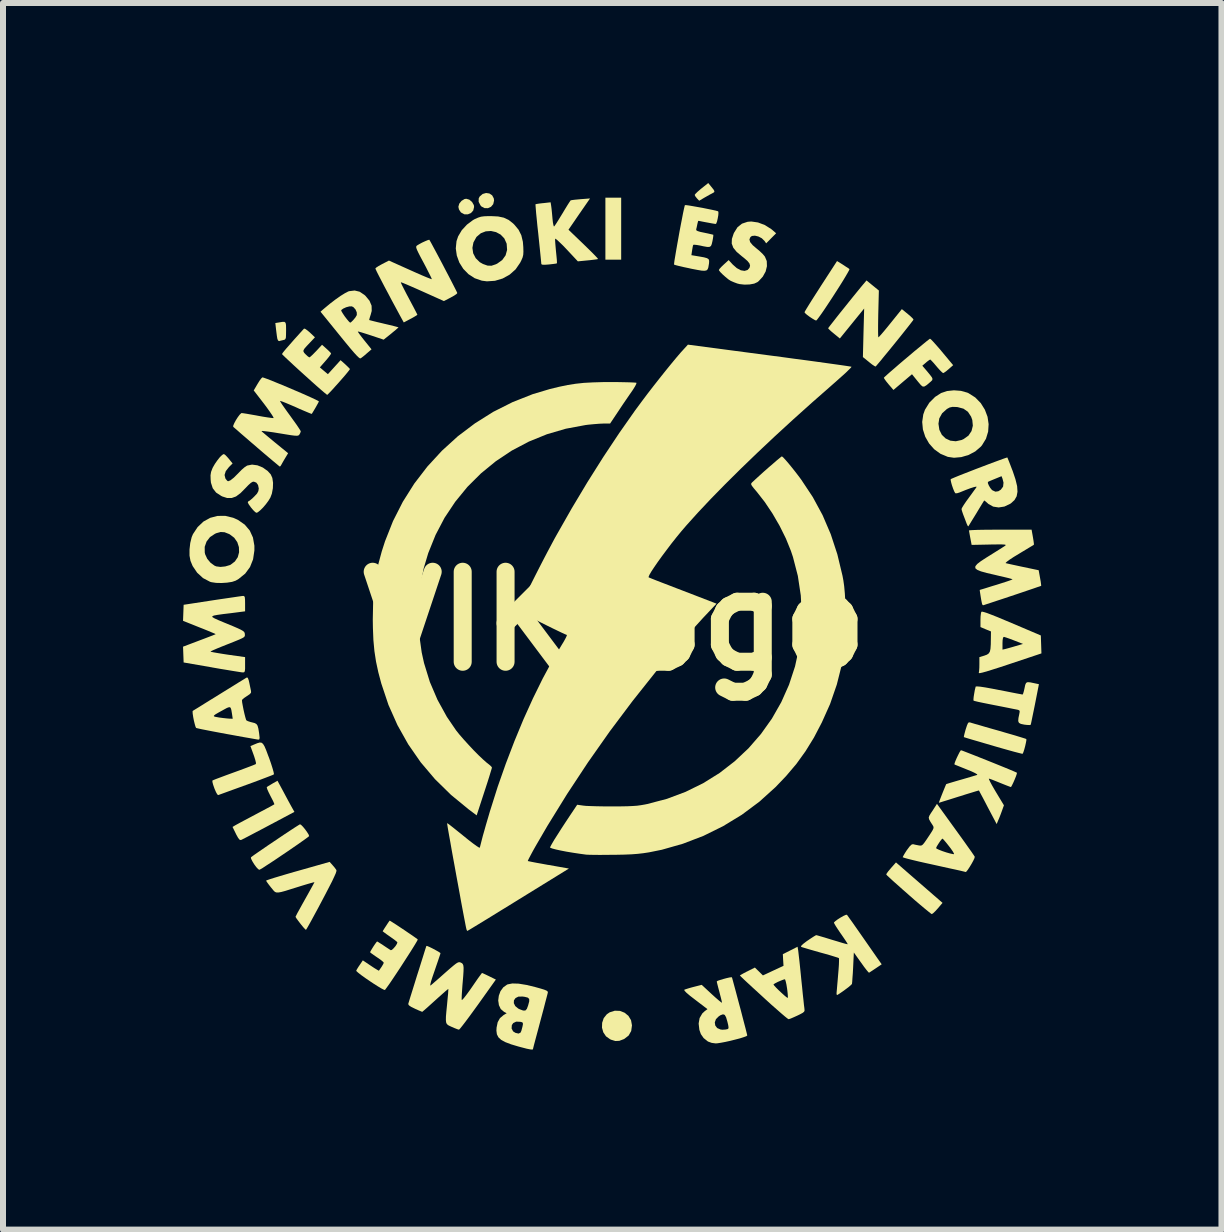
<source format=kicad_pcb>
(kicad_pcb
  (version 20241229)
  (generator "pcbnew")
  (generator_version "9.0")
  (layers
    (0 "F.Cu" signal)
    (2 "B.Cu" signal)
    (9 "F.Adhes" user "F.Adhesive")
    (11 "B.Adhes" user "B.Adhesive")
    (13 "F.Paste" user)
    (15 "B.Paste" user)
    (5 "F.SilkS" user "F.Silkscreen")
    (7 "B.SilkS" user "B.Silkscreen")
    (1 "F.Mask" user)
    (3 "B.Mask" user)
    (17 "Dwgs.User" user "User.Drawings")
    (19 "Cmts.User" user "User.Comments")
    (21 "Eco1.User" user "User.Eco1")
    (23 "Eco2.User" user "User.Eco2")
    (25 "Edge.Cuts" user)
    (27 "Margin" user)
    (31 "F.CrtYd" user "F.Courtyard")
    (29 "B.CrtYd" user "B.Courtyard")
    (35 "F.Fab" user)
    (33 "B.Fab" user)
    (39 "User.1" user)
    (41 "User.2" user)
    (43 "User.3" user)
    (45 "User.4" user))
  (footprint "VIKlogo"
    (layer "F.Cu")
    (at 7.196 7.299)
    (property "Reference" "VIKlogo" (at 0 0 0) (layer "F.SilkS") (effects (font (size 1.5 1.5) (thickness 0.3))))
    (attr board_only exclude_from_pos_files exclude_from_bom)
    (fp_poly (pts (xy 0.105 -6.538) (xy 0.105 -6.022) (xy -0.026 -6.022) (xy -0.158 -6.022) (xy -0.158 -6.538) (xy -0.158 -7.055) (xy -0.026 -7.055) (xy 0.105 -7.055)) (stroke (width 0) (type solid)) (fill yes) (layer "F.SilkS"))
    (fp_poly (pts (xy -2.091 -7.125) (xy -2.045 -7.094) (xy -2.018 -7.044) (xy -2.013 -7.008) (xy -2.027 -6.947) (xy -2.064 -6.903) (xy -2.115 -6.88) (xy -2.171 -6.881) (xy -2.223 -6.908) (xy -2.239 -6.926) (xy -2.27 -6.986) (xy -2.269 -7.043) (xy -2.253 -7.074) (xy -2.203 -7.117) (xy -2.146 -7.133)) (stroke (width 0) (type solid)) (fill yes) (layer "F.SilkS"))
    (fp_poly (pts (xy -2.425 -7.022) (xy -2.379 -6.982) (xy -2.35 -6.931) (xy -2.346 -6.901) (xy -2.36 -6.842) (xy -2.398 -6.799) (xy -2.451 -6.777) (xy -2.508 -6.778) (xy -2.562 -6.807) (xy -2.57 -6.815) (xy -2.598 -6.859) (xy -2.608 -6.903) (xy -2.593 -6.956) (xy -2.555 -7.002) (xy -2.506 -7.032) (xy -2.477 -7.037)) (stroke (width 0) (type solid)) (fill yes) (layer "F.SilkS"))
    (fp_poly (pts (xy 1.609 -7.234) (xy 1.645 -7.189) (xy 1.659 -7.162) (xy 1.653 -7.145) (xy 1.627 -7.13) (xy 1.624 -7.128) (xy 1.587 -7.109) (xy 1.534 -7.079) (xy 1.495 -7.057) (xy 1.405 -7.004) (xy 1.368 -7.043) (xy 1.341 -7.077) (xy 1.33 -7.101) (xy 1.343 -7.119) (xy 1.377 -7.153) (xy 1.426 -7.195) (xy 1.443 -7.209) (xy 1.556 -7.299)) (stroke (width 0) (type solid)) (fill yes) (layer "F.SilkS"))
    (fp_poly (pts (xy -5.505 -4.985) (xy -5.487 -4.969) (xy -5.48 -4.933) (xy -5.479 -4.869) (xy -5.479 -4.841) (xy -5.48 -4.768) (xy -5.482 -4.724) (xy -5.49 -4.7) (xy -5.504 -4.688) (xy -5.527 -4.682) (xy -5.527 -4.682) (xy -5.57 -4.672) (xy -5.595 -4.665) (xy -5.613 -4.675) (xy -5.625 -4.706) (xy -5.632 -4.749) (xy -5.64 -4.811) (xy -5.646 -4.859) (xy -5.658 -4.966) (xy -5.59 -4.977) (xy -5.537 -4.986)) (stroke (width 0) (type solid)) (fill yes) (layer "F.SilkS"))
    (fp_poly (pts (xy 0.084 6.496) (xy 0.161 6.526) (xy 0.225 6.578) (xy 0.269 6.65) (xy 0.285 6.737) (xy 0.285 6.737) (xy 0.272 6.831) (xy 0.229 6.907) (xy 0.158 6.962) (xy 0.148 6.967) (xy 0.074 6.995) (xy 0.008 6.998) (xy -0.064 6.976) (xy -0.079 6.969) (xy -0.148 6.92) (xy -0.193 6.853) (xy -0.215 6.775) (xy -0.212 6.694) (xy -0.186 6.617) (xy -0.135 6.553) (xy -0.087 6.52) (xy -0.001 6.493)) (stroke (width 0) (type solid)) (fill yes) (layer "F.SilkS"))
    (fp_poly (pts (xy 5.072 4.359) (xy 5.46 4.696) (xy 5.38 4.79) (xy 5.338 4.836) (xy 5.302 4.87) (xy 5.281 4.883) (xy 5.28 4.883) (xy 5.262 4.871) (xy 5.222 4.839) (xy 5.162 4.79) (xy 5.087 4.727) (xy 5 4.653) (xy 4.904 4.569) (xy 4.893 4.559) (xy 4.797 4.475) (xy 4.711 4.398) (xy 4.636 4.332) (xy 4.578 4.278) (xy 4.539 4.242) (xy 4.522 4.224) (xy 4.522 4.224) (xy 4.53 4.205) (xy 4.557 4.168) (xy 4.597 4.121) (xy 4.601 4.116) (xy 4.684 4.022)) (stroke (width 0) (type solid)) (fill yes) (layer "F.SilkS"))
    (fp_poly (pts (xy 3.799 -5.939) (xy 3.85 -5.905) (xy 3.891 -5.879) (xy 3.909 -5.865) (xy 3.904 -5.848) (xy 3.881 -5.806) (xy 3.845 -5.744) (xy 3.798 -5.666) (xy 3.743 -5.578) (xy 3.682 -5.483) (xy 3.619 -5.385) (xy 3.557 -5.291) (xy 3.498 -5.202) (xy 3.446 -5.126) (xy 3.402 -5.065) (xy 3.371 -5.024) (xy 3.355 -5.008) (xy 3.354 -5.007) (xy 3.33 -5.017) (xy 3.288 -5.042) (xy 3.247 -5.069) (xy 3.201 -5.103) (xy 3.169 -5.132) (xy 3.16 -5.146) (xy 3.169 -5.164) (xy 3.195 -5.208) (xy 3.235 -5.273) (xy 3.287 -5.356) (xy 3.349 -5.453) (xy 3.418 -5.56) (xy 3.431 -5.581) (xy 3.702 -5.999)) (stroke (width 0) (type solid)) (fill yes) (layer "F.SilkS"))
    (fp_poly (pts (xy -5.229 3.396) (xy -5.198 3.427) (xy -5.163 3.469) (xy -5.13 3.515) (xy -5.104 3.556) (xy -5.095 3.582) (xy -5.095 3.583) (xy -5.109 3.596) (xy -5.148 3.625) (xy -5.207 3.667) (xy -5.282 3.72) (xy -5.368 3.779) (xy -5.461 3.843) (xy -5.556 3.907) (xy -5.649 3.97) (xy -5.735 4.027) (xy -5.811 4.076) (xy -5.87 4.115) (xy -5.91 4.138) (xy -5.924 4.145) (xy -5.944 4.134) (xy -5.975 4.101) (xy -6.011 4.052) (xy -6.042 4.001) (xy -6.062 3.96) (xy -6.065 3.938) (xy -6.049 3.925) (xy -6.008 3.895) (xy -5.946 3.852) (xy -5.87 3.8) (xy -5.783 3.74) (xy -5.689 3.677) (xy -5.594 3.613) (xy -5.502 3.551) (xy -5.417 3.495) (xy -5.344 3.447) (xy -5.289 3.412) (xy -5.255 3.391) (xy -5.247 3.387)) (stroke (width 0) (type solid)) (fill yes) (layer "F.SilkS"))
    (fp_poly (pts (xy 5.916 1.689) (xy 5.917 1.689) (xy 5.943 1.697) (xy 5.997 1.713) (xy 6.075 1.735) (xy 6.173 1.764) (xy 6.285 1.796) (xy 6.399 1.828) (xy 6.518 1.863) (xy 6.626 1.894) (xy 6.719 1.922) (xy 6.791 1.944) (xy 6.838 1.959) (xy 6.856 1.966) (xy 6.857 1.987) (xy 6.849 2.03) (xy 6.837 2.084) (xy 6.822 2.14) (xy 6.807 2.186) (xy 6.795 2.211) (xy 6.794 2.212) (xy 6.775 2.209) (xy 6.727 2.197) (xy 6.654 2.178) (xy 6.56 2.152) (xy 6.45 2.121) (xy 6.328 2.086) (xy 6.302 2.078) (xy 6.178 2.042) (xy 6.066 2.009) (xy 5.969 1.981) (xy 5.892 1.958) (xy 5.84 1.942) (xy 5.816 1.934) (xy 5.815 1.934) (xy 5.817 1.916) (xy 5.827 1.873) (xy 5.843 1.814) (xy 5.846 1.804) (xy 5.867 1.74) (xy 5.883 1.703) (xy 5.898 1.688)) (stroke (width 0) (type solid)) (fill yes) (layer "F.SilkS"))
    (fp_poly (pts (xy -5.53 2.831) (xy -5.487 2.912) (xy -5.444 2.992) (xy -5.407 3.06) (xy -5.39 3.091) (xy -5.34 3.18) (xy -5.773 3.41) (xy -5.886 3.47) (xy -5.991 3.525) (xy -6.082 3.573) (xy -6.155 3.611) (xy -6.206 3.637) (xy -6.231 3.649) (xy -6.232 3.649) (xy -6.252 3.645) (xy -6.277 3.615) (xy -6.31 3.556) (xy -6.315 3.545) (xy -6.371 3.431) (xy -6.332 3.407) (xy -6.305 3.392) (xy -6.252 3.363) (xy -6.179 3.324) (xy -6.092 3.278) (xy -5.996 3.227) (xy -5.987 3.222) (xy -5.893 3.172) (xy -5.81 3.128) (xy -5.742 3.092) (xy -5.696 3.066) (xy -5.675 3.054) (xy -5.674 3.054) (xy -5.679 3.037) (xy -5.697 2.996) (xy -5.726 2.94) (xy -5.74 2.913) (xy -5.771 2.851) (xy -5.793 2.801) (xy -5.801 2.771) (xy -5.799 2.766) (xy -5.777 2.751) (xy -5.735 2.726) (xy -5.704 2.707) (xy -5.622 2.661)) (stroke (width 0) (type solid)) (fill yes) (layer "F.SilkS"))
    (fp_poly (pts (xy -5.888 2.027) (xy -5.863 2.047) (xy -5.838 2.088) (xy -5.81 2.154) (xy -5.775 2.248) (xy -5.762 2.281) (xy -5.73 2.373) (xy -5.705 2.452) (xy -5.688 2.512) (xy -5.681 2.548) (xy -5.683 2.555) (xy -5.703 2.565) (xy -5.751 2.584) (xy -5.824 2.612) (xy -5.916 2.647) (xy -6.023 2.687) (xy -6.141 2.73) (xy -6.144 2.731) (xy -6.263 2.774) (xy -6.371 2.813) (xy -6.464 2.847) (xy -6.538 2.874) (xy -6.588 2.892) (xy -6.61 2.9) (xy -6.61 2.9) (xy -6.625 2.889) (xy -6.646 2.852) (xy -6.67 2.797) (xy -6.673 2.789) (xy -6.694 2.729) (xy -6.706 2.683) (xy -6.707 2.659) (xy -6.707 2.658) (xy -6.688 2.649) (xy -6.641 2.63) (xy -6.571 2.604) (xy -6.483 2.571) (xy -6.382 2.534) (xy -6.346 2.521) (xy -6.241 2.483) (xy -6.148 2.448) (xy -6.071 2.419) (xy -6.015 2.397) (xy -5.985 2.384) (xy -5.982 2.382) (xy -5.981 2.361) (xy -5.992 2.315) (xy -6.011 2.254) (xy -6.021 2.226) (xy -6.073 2.083) (xy -6.008 2.056) (xy -5.957 2.035) (xy -5.918 2.024)) (stroke (width 0) (type solid)) (fill yes) (layer "F.SilkS"))
    (fp_poly (pts (xy 6.15 -0.15) (xy 6.201 -0.134) (xy 6.274 -0.106) (xy 6.373 -0.067) (xy 6.499 -0.014) (xy 6.609 0.032) (xy 7.098 0.24) (xy 7.103 0.389) (xy 7.108 0.539) (xy 6.581 0.715) (xy 6.421 0.768) (xy 6.292 0.809) (xy 6.193 0.84) (xy 6.123 0.859) (xy 6.08 0.868) (xy 6.064 0.866) (xy 6.064 0.864) (xy 6.069 0.834) (xy 6.073 0.78) (xy 6.074 0.719) (xy 6.074 0.601) (xy 6.157 0.576) (xy 6.2 0.56) (xy 6.23 0.539) (xy 6.249 0.508) (xy 6.256 0.476) (xy 6.459 0.476) (xy 6.508 0.465) (xy 6.549 0.454) (xy 6.61 0.437) (xy 6.678 0.417) (xy 6.678 0.417) (xy 6.801 0.381) (xy 6.652 0.323) (xy 6.584 0.297) (xy 6.527 0.277) (xy 6.489 0.265) (xy 6.481 0.264) (xy 6.468 0.277) (xy 6.461 0.32) (xy 6.459 0.37) (xy 6.459 0.476) (xy 6.256 0.476) (xy 6.259 0.46) (xy 6.264 0.387) (xy 6.265 0.318) (xy 6.267 0.173) (xy 6.179 0.137) (xy 6.092 0.1) (xy 6.092 -0.015) (xy 6.094 -0.078) (xy 6.1 -0.128) (xy 6.106 -0.153) (xy 6.119 -0.157)) (stroke (width 0) (type solid)) (fill yes) (layer "F.SilkS"))
    (fp_poly (pts (xy 5.267 -4.694) (xy 5.3 -4.66) (xy 5.347 -4.608) (xy 5.405 -4.542) (xy 5.451 -4.487) (xy 5.637 -4.264) (xy 5.562 -4.198) (xy 5.519 -4.162) (xy 5.484 -4.138) (xy 5.47 -4.132) (xy 5.452 -4.145) (xy 5.418 -4.178) (xy 5.375 -4.226) (xy 5.359 -4.245) (xy 5.315 -4.297) (xy 5.279 -4.336) (xy 5.257 -4.357) (xy 5.254 -4.358) (xy 5.235 -4.347) (xy 5.2 -4.321) (xy 5.183 -4.306) (xy 5.123 -4.255) (xy 5.202 -4.163) (xy 5.252 -4.102) (xy 5.282 -4.062) (xy 5.293 -4.035) (xy 5.287 -4.013) (xy 5.265 -3.991) (xy 5.25 -3.978) (xy 5.196 -3.932) (xy 5.159 -3.909) (xy 5.131 -3.907) (xy 5.101 -3.93) (xy 5.061 -3.977) (xy 5.042 -4) (xy 4.951 -4.113) (xy 4.796 -3.982) (xy 4.642 -3.851) (xy 4.561 -3.945) (xy 4.522 -3.993) (xy 4.493 -4.033) (xy 4.482 -4.054) (xy 4.482 -4.054) (xy 4.495 -4.068) (xy 4.531 -4.101) (xy 4.585 -4.149) (xy 4.655 -4.209) (xy 4.734 -4.278) (xy 4.82 -4.351) (xy 4.908 -4.425) (xy 4.994 -4.498) (xy 5.075 -4.564) (xy 5.145 -4.622) (xy 5.2 -4.667) (xy 5.238 -4.696) (xy 5.251 -4.705)) (stroke (width 0) (type solid)) (fill yes) (layer "F.SilkS"))
    (fp_poly (pts (xy 5.766 -3.836) (xy 5.871 -3.807) (xy 5.89 -3.799) (xy 6.005 -3.726) (xy 6.097 -3.632) (xy 6.165 -3.523) (xy 6.21 -3.404) (xy 6.228 -3.281) (xy 6.22 -3.157) (xy 6.184 -3.038) (xy 6.118 -2.93) (xy 6.099 -2.907) (xy 6.006 -2.827) (xy 5.895 -2.768) (xy 5.773 -2.732) (xy 5.651 -2.721) (xy 5.548 -2.736) (xy 5.426 -2.787) (xy 5.321 -2.863) (xy 5.236 -2.959) (xy 5.172 -3.071) (xy 5.133 -3.192) (xy 5.124 -3.288) (xy 5.392 -3.288) (xy 5.407 -3.187) (xy 5.448 -3.104) (xy 5.511 -3.043) (xy 5.59 -3.006) (xy 5.681 -2.996) (xy 5.777 -3.017) (xy 5.812 -3.033) (xy 5.892 -3.09) (xy 5.943 -3.166) (xy 5.965 -3.255) (xy 5.956 -3.35) (xy 5.936 -3.406) (xy 5.883 -3.487) (xy 5.809 -3.539) (xy 5.712 -3.565) (xy 5.69 -3.567) (xy 5.626 -3.569) (xy 5.579 -3.559) (xy 5.535 -3.535) (xy 5.532 -3.533) (xy 5.453 -3.462) (xy 5.406 -3.378) (xy 5.392 -3.288) (xy 5.124 -3.288) (xy 5.121 -3.318) (xy 5.139 -3.443) (xy 5.167 -3.521) (xy 5.24 -3.639) (xy 5.337 -3.736) (xy 5.437 -3.8) (xy 5.536 -3.833) (xy 5.65 -3.845)) (stroke (width 0) (type solid)) (fill yes) (layer "F.SilkS"))
    (fp_poly (pts (xy 6.924 1.022) (xy 6.981 1.034) (xy 7.066 1.052) (xy 7.001 1.384) (xy 6.98 1.487) (xy 6.961 1.579) (xy 6.946 1.653) (xy 6.935 1.705) (xy 6.929 1.728) (xy 6.929 1.729) (xy 6.91 1.733) (xy 6.867 1.731) (xy 6.823 1.726) (xy 6.766 1.714) (xy 6.734 1.697) (xy 6.721 1.667) (xy 6.725 1.616) (xy 6.738 1.553) (xy 6.746 1.51) (xy 6.74 1.489) (xy 6.717 1.479) (xy 6.716 1.479) (xy 6.688 1.473) (xy 6.631 1.462) (xy 6.552 1.446) (xy 6.456 1.427) (xy 6.349 1.406) (xy 6.333 1.403) (xy 6.227 1.382) (xy 6.133 1.363) (xy 6.057 1.347) (xy 6.003 1.334) (xy 5.978 1.327) (xy 5.977 1.326) (xy 5.975 1.306) (xy 5.979 1.262) (xy 5.988 1.206) (xy 5.998 1.149) (xy 6.01 1.101) (xy 6.012 1.092) (xy 6.032 1.089) (xy 6.086 1.093) (xy 6.173 1.106) (xy 6.294 1.128) (xy 6.401 1.149) (xy 6.512 1.17) (xy 6.612 1.19) (xy 6.694 1.206) (xy 6.755 1.217) (xy 6.789 1.224) (xy 6.794 1.225) (xy 6.803 1.209) (xy 6.815 1.169) (xy 6.826 1.12) (xy 6.838 1.063) (xy 6.853 1.03) (xy 6.879 1.018)) (stroke (width 0) (type solid)) (fill yes) (layer "F.SilkS"))
    (fp_poly (pts (xy -6.36 -1.721) (xy -6.278 -1.684) (xy -6.167 -1.606) (xy -6.084 -1.508) (xy -6.031 -1.392) (xy -6.007 -1.256) (xy -6.007 -1.176) (xy -6.029 -1.028) (xy -6.08 -0.9) (xy -6.16 -0.791) (xy -6.268 -0.703) (xy -6.319 -0.673) (xy -6.379 -0.653) (xy -6.462 -0.64) (xy -6.554 -0.634) (xy -6.644 -0.636) (xy -6.719 -0.647) (xy -6.745 -0.654) (xy -6.863 -0.716) (xy -6.961 -0.806) (xy -7.036 -0.917) (xy -7.072 -1.004) (xy -7.088 -1.09) (xy -7.088 -1.193) (xy -7.083 -1.237) (xy -6.835 -1.237) (xy -6.834 -1.142) (xy -6.828 -1.114) (xy -6.793 -1.038) (xy -6.737 -0.971) (xy -6.671 -0.923) (xy -6.642 -0.911) (xy -6.573 -0.902) (xy -6.493 -0.91) (xy -6.418 -0.932) (xy -6.404 -0.938) (xy -6.332 -0.993) (xy -6.284 -1.064) (xy -6.262 -1.146) (xy -6.265 -1.232) (xy -6.292 -1.315) (xy -6.343 -1.388) (xy -6.418 -1.445) (xy -6.43 -1.451) (xy -6.504 -1.48) (xy -6.569 -1.484) (xy -6.639 -1.465) (xy -6.662 -1.455) (xy -6.746 -1.4) (xy -6.804 -1.325) (xy -6.835 -1.237) (xy -7.083 -1.237) (xy -7.076 -1.3) (xy -7.052 -1.398) (xy -7.031 -1.448) (xy -6.953 -1.566) (xy -6.856 -1.658) (xy -6.744 -1.72) (xy -6.621 -1.752) (xy -6.492 -1.753)) (stroke (width 0) (type solid)) (fill yes) (layer "F.SilkS"))
    (fp_poly (pts (xy 4.296 -5.592) (xy 4.399 -5.508) (xy 4.389 -5.117) (xy 4.387 -5.005) (xy 4.386 -4.905) (xy 4.386 -4.822) (xy 4.387 -4.763) (xy 4.39 -4.731) (xy 4.391 -4.727) (xy 4.405 -4.74) (xy 4.438 -4.776) (xy 4.484 -4.83) (xy 4.541 -4.899) (xy 4.592 -4.962) (xy 4.782 -5.198) (xy 4.881 -5.117) (xy 4.929 -5.076) (xy 4.963 -5.043) (xy 4.976 -5.023) (xy 4.976 -5.022) (xy 4.964 -5.005) (xy 4.934 -4.966) (xy 4.888 -4.907) (xy 4.831 -4.835) (xy 4.765 -4.752) (xy 4.694 -4.664) (xy 4.621 -4.574) (xy 4.55 -4.487) (xy 4.484 -4.407) (xy 4.428 -4.338) (xy 4.383 -4.285) (xy 4.354 -4.251) (xy 4.344 -4.241) (xy 4.326 -4.249) (xy 4.288 -4.274) (xy 4.24 -4.312) (xy 4.233 -4.318) (xy 4.133 -4.399) (xy 4.143 -4.803) (xy 4.154 -5.208) (xy 3.951 -4.958) (xy 3.749 -4.709) (xy 3.651 -4.789) (xy 3.603 -4.829) (xy 3.569 -4.861) (xy 3.554 -4.878) (xy 3.554 -4.879) (xy 3.564 -4.894) (xy 3.593 -4.932) (xy 3.638 -4.989) (xy 3.694 -5.061) (xy 3.759 -5.143) (xy 3.83 -5.231) (xy 3.902 -5.321) (xy 3.972 -5.408) (xy 4.038 -5.489) (xy 4.095 -5.559) (xy 4.141 -5.614) (xy 4.144 -5.617) (xy 4.193 -5.676)) (stroke (width 0) (type solid)) (fill yes) (layer "F.SilkS"))
    (fp_poly (pts (xy -4.704 4.068) (xy -4.669 4.109) (xy -4.644 4.144) (xy -4.64 4.15) (xy -4.64 4.167) (xy -4.651 4.203) (xy -4.676 4.259) (xy -4.713 4.338) (xy -4.766 4.441) (xy -4.834 4.572) (xy -4.881 4.661) (xy -4.944 4.78) (xy -5.003 4.889) (xy -5.054 4.983) (xy -5.096 5.059) (xy -5.127 5.113) (xy -5.145 5.142) (xy -5.148 5.146) (xy -5.163 5.133) (xy -5.194 5.1) (xy -5.233 5.052) (xy -5.24 5.043) (xy -5.279 4.992) (xy -5.308 4.952) (xy -5.321 4.93) (xy -5.322 4.929) (xy -5.313 4.911) (xy -5.291 4.867) (xy -5.256 4.804) (xy -5.212 4.724) (xy -5.164 4.638) (xy -5.114 4.549) (xy -5.071 4.471) (xy -5.036 4.408) (xy -5.014 4.367) (xy -5.006 4.351) (xy -5.022 4.354) (xy -5.066 4.366) (xy -5.132 4.385) (xy -5.215 4.41) (xy -5.282 4.431) (xy -5.401 4.468) (xy -5.49 4.496) (xy -5.556 4.514) (xy -5.604 4.523) (xy -5.638 4.523) (xy -5.663 4.514) (xy -5.684 4.495) (xy -5.707 4.467) (xy -5.731 4.438) (xy -5.77 4.388) (xy -5.799 4.348) (xy -5.812 4.326) (xy -5.812 4.325) (xy -5.796 4.318) (xy -5.75 4.302) (xy -5.678 4.279) (xy -5.585 4.251) (xy -5.474 4.218) (xy -5.35 4.182) (xy -5.282 4.163) (xy -4.753 4.013)) (stroke (width 0) (type solid)) (fill yes) (layer "F.SilkS"))
    (fp_poly (pts (xy -1.946 -6.742) (xy -1.851 -6.722) (xy -1.77 -6.684) (xy -1.695 -6.625) (xy -1.675 -6.605) (xy -1.605 -6.521) (xy -1.559 -6.429) (xy -1.533 -6.32) (xy -1.526 -6.232) (xy -1.524 -6.156) (xy -1.527 -6.103) (xy -1.538 -6.058) (xy -1.559 -6.009) (xy -1.579 -5.97) (xy -1.654 -5.861) (xy -1.753 -5.773) (xy -1.87 -5.708) (xy -1.998 -5.67) (xy -2.132 -5.661) (xy -2.217 -5.672) (xy -2.336 -5.713) (xy -2.439 -5.78) (xy -2.526 -5.869) (xy -2.592 -5.974) (xy -2.634 -6.09) (xy -2.651 -6.21) (xy -2.65 -6.218) (xy -2.374 -6.218) (xy -2.361 -6.128) (xy -2.319 -6.047) (xy -2.251 -5.98) (xy -2.198 -5.95) (xy -2.122 -5.923) (xy -2.056 -5.921) (xy -1.984 -5.945) (xy -1.961 -5.956) (xy -1.877 -6.016) (xy -1.821 -6.094) (xy -1.796 -6.185) (xy -1.803 -6.285) (xy -1.805 -6.293) (xy -1.843 -6.377) (xy -1.904 -6.44) (xy -1.98 -6.481) (xy -2.065 -6.5) (xy -2.152 -6.494) (xy -2.234 -6.462) (xy -2.304 -6.403) (xy -2.309 -6.396) (xy -2.357 -6.309) (xy -2.374 -6.218) (xy -2.65 -6.218) (xy -2.639 -6.33) (xy -2.612 -6.41) (xy -2.551 -6.513) (xy -2.465 -6.606) (xy -2.365 -6.681) (xy -2.331 -6.7) (xy -2.278 -6.723) (xy -2.231 -6.738) (xy -2.177 -6.745) (xy -2.105 -6.748) (xy -2.066 -6.748)) (stroke (width 0) (type solid)) (fill yes) (layer "F.SilkS"))
    (fp_poly (pts (xy 2.385 -6.642) (xy 2.499 -6.599) (xy 2.605 -6.532) (xy 2.626 -6.515) (xy 2.687 -6.462) (xy 2.604 -6.378) (xy 2.521 -6.294) (xy 2.494 -6.333) (xy 2.449 -6.378) (xy 2.392 -6.408) (xy 2.334 -6.422) (xy 2.284 -6.417) (xy 2.259 -6.399) (xy 2.242 -6.36) (xy 2.254 -6.315) (xy 2.297 -6.263) (xy 2.354 -6.214) (xy 2.413 -6.165) (xy 2.465 -6.115) (xy 2.5 -6.073) (xy 2.5 -6.073) (xy 2.531 -5.999) (xy 2.534 -5.913) (xy 2.512 -5.824) (xy 2.465 -5.739) (xy 2.397 -5.665) (xy 2.376 -5.648) (xy 2.322 -5.623) (xy 2.246 -5.609) (xy 2.16 -5.606) (xy 2.078 -5.615) (xy 2.039 -5.625) (xy 1.983 -5.646) (xy 1.935 -5.667) (xy 1.927 -5.671) (xy 1.89 -5.695) (xy 1.844 -5.733) (xy 1.798 -5.774) (xy 1.759 -5.813) (xy 1.736 -5.842) (xy 1.733 -5.85) (xy 1.745 -5.87) (xy 1.777 -5.905) (xy 1.815 -5.941) (xy 1.896 -6.015) (xy 1.965 -5.94) (xy 2.032 -5.881) (xy 2.099 -5.845) (xy 2.161 -5.835) (xy 2.211 -5.85) (xy 2.242 -5.884) (xy 2.253 -5.921) (xy 2.243 -5.958) (xy 2.21 -6) (xy 2.15 -6.052) (xy 2.118 -6.077) (xy 2.03 -6.151) (xy 1.973 -6.221) (xy 1.947 -6.291) (xy 1.95 -6.368) (xy 1.979 -6.456) (xy 1.986 -6.471) (xy 2.043 -6.562) (xy 2.118 -6.622) (xy 2.211 -6.653) (xy 2.273 -6.658)) (stroke (width 0) (type solid)) (fill yes) (layer "F.SilkS"))
    (fp_poly (pts (xy -5.162 -4.87) (xy -5.127 -4.846) (xy -5.082 -4.808) (xy -4.998 -4.728) (xy -5.077 -4.644) (xy -5.135 -4.583) (xy -5.172 -4.541) (xy -5.189 -4.512) (xy -5.189 -4.49) (xy -5.176 -4.468) (xy -5.155 -4.446) (xy -5.12 -4.413) (xy -5.094 -4.395) (xy -5.09 -4.394) (xy -5.072 -4.406) (xy -5.037 -4.438) (xy -4.992 -4.484) (xy -4.977 -4.499) (xy -4.88 -4.604) (xy -4.807 -4.539) (xy -4.766 -4.501) (xy -4.738 -4.472) (xy -4.729 -4.46) (xy -4.737 -4.442) (xy -4.764 -4.404) (xy -4.804 -4.355) (xy -4.82 -4.337) (xy -4.916 -4.227) (xy -4.849 -4.17) (xy -4.782 -4.114) (xy -4.676 -4.231) (xy -4.571 -4.347) (xy -4.495 -4.28) (xy -4.454 -4.241) (xy -4.424 -4.211) (xy -4.415 -4.199) (xy -4.424 -4.184) (xy -4.453 -4.147) (xy -4.495 -4.096) (xy -4.548 -4.035) (xy -4.605 -3.97) (xy -4.662 -3.907) (xy -4.714 -3.849) (xy -4.757 -3.804) (xy -4.785 -3.776) (xy -4.794 -3.769) (xy -4.809 -3.78) (xy -4.847 -3.811) (xy -4.904 -3.86) (xy -4.977 -3.924) (xy -5.061 -3.999) (xy -5.155 -4.084) (xy -5.173 -4.1) (xy -5.268 -4.186) (xy -5.354 -4.265) (xy -5.428 -4.334) (xy -5.487 -4.389) (xy -5.527 -4.428) (xy -5.545 -4.446) (xy -5.546 -4.447) (xy -5.543 -4.456) (xy -5.532 -4.473) (xy -5.508 -4.503) (xy -5.471 -4.547) (xy -5.418 -4.607) (xy -5.348 -4.687) (xy -5.257 -4.788) (xy -5.18 -4.873)) (stroke (width 0) (type solid)) (fill yes) (layer "F.SilkS"))
    (fp_poly (pts (xy 3.054 5.484) (xy 3.058 5.516) (xy 3.065 5.579) (xy 3.075 5.665) (xy 3.086 5.769) (xy 3.098 5.886) (xy 3.107 5.978) (xy 3.12 6.101) (xy 3.131 6.214) (xy 3.142 6.313) (xy 3.15 6.391) (xy 3.157 6.445) (xy 3.159 6.465) (xy 3.161 6.49) (xy 3.153 6.51) (xy 3.128 6.53) (xy 3.081 6.555) (xy 3.042 6.574) (xy 2.98 6.602) (xy 2.929 6.624) (xy 2.897 6.634) (xy 2.894 6.634) (xy 2.876 6.623) (xy 2.836 6.591) (xy 2.777 6.541) (xy 2.702 6.475) (xy 2.614 6.398) (xy 2.518 6.311) (xy 2.478 6.274) (xy 2.38 6.184) (xy 2.29 6.102) (xy 2.241 6.056) (xy 2.643 6.056) (xy 2.655 6.074) (xy 2.685 6.107) (xy 2.727 6.149) (xy 2.775 6.194) (xy 2.82 6.235) (xy 2.857 6.266) (xy 2.879 6.28) (xy 2.881 6.28) (xy 2.883 6.26) (xy 2.88 6.213) (xy 2.873 6.149) (xy 2.869 6.12) (xy 2.858 6.053) (xy 2.846 6.001) (xy 2.836 5.972) (xy 2.832 5.969) (xy 2.805 5.976) (xy 2.762 5.993) (xy 2.713 6.014) (xy 2.671 6.036) (xy 2.646 6.052) (xy 2.643 6.056) (xy 2.241 6.056) (xy 2.213 6.031) (xy 2.151 5.973) (xy 2.107 5.931) (xy 2.085 5.909) (xy 2.083 5.907) (xy 2.098 5.896) (xy 2.136 5.874) (xy 2.191 5.845) (xy 2.208 5.837) (xy 2.333 5.774) (xy 2.4 5.839) (xy 2.467 5.905) (xy 2.638 5.825) (xy 2.81 5.745) (xy 2.804 5.648) (xy 2.799 5.551) (xy 2.922 5.489) (xy 3.044 5.427)) (stroke (width 0) (type solid)) (fill yes) (layer "F.SilkS"))
    (fp_poly (pts (xy -6.496 -2.771) (xy -6.463 -2.738) (xy -6.434 -2.705) (xy -6.37 -2.626) (xy -6.43 -2.567) (xy -6.484 -2.498) (xy -6.504 -2.434) (xy -6.49 -2.376) (xy -6.486 -2.37) (xy -6.462 -2.34) (xy -6.446 -2.329) (xy -6.406 -2.345) (xy -6.349 -2.39) (xy -6.278 -2.461) (xy -6.269 -2.47) (xy -6.218 -2.522) (xy -6.168 -2.565) (xy -6.129 -2.59) (xy -6.127 -2.591) (xy -6.046 -2.607) (xy -5.956 -2.595) (xy -5.866 -2.558) (xy -5.785 -2.5) (xy -5.735 -2.445) (xy -5.708 -2.385) (xy -5.696 -2.304) (xy -5.699 -2.213) (xy -5.716 -2.122) (xy -5.741 -2.057) (xy -5.773 -2.004) (xy -5.816 -1.946) (xy -5.864 -1.89) (xy -5.912 -1.843) (xy -5.951 -1.812) (xy -5.973 -1.804) (xy -5.995 -1.817) (xy -6.029 -1.851) (xy -6.065 -1.894) (xy -6.102 -1.946) (xy -6.117 -1.976) (xy -6.112 -1.991) (xy -6.109 -1.993) (xy -6.083 -2.009) (xy -6.043 -2.042) (xy -6.009 -2.075) (xy -5.963 -2.124) (xy -5.941 -2.165) (xy -5.934 -2.208) (xy -5.934 -2.209) (xy -5.946 -2.267) (xy -5.975 -2.307) (xy -6.016 -2.323) (xy -6.037 -2.32) (xy -6.067 -2.302) (xy -6.109 -2.264) (xy -6.153 -2.218) (xy -6.238 -2.132) (xy -6.313 -2.076) (xy -6.386 -2.05) (xy -6.46 -2.05) (xy -6.541 -2.076) (xy -6.559 -2.085) (xy -6.645 -2.141) (xy -6.701 -2.213) (xy -6.731 -2.306) (xy -6.736 -2.357) (xy -6.738 -2.429) (xy -6.729 -2.485) (xy -6.707 -2.543) (xy -6.699 -2.56) (xy -6.665 -2.619) (xy -6.624 -2.678) (xy -6.582 -2.731) (xy -6.544 -2.768) (xy -6.517 -2.783) (xy -6.516 -2.783)) (stroke (width 0) (type solid)) (fill yes) (layer "F.SilkS"))
    (fp_poly (pts (xy -0.594 -6.782) (xy -0.773 -6.521) (xy -0.523 -6.281) (xy -0.447 -6.207) (xy -0.381 -6.142) (xy -0.329 -6.089) (xy -0.294 -6.052) (xy -0.281 -6.034) (xy -0.281 -6.033) (xy -0.301 -6.028) (xy -0.347 -6.022) (xy -0.412 -6.014) (xy -0.453 -6.01) (xy -0.617 -5.994) (xy -0.803 -6.193) (xy -0.866 -6.259) (xy -0.922 -6.313) (xy -0.964 -6.352) (xy -0.99 -6.371) (xy -0.995 -6.371) (xy -0.996 -6.346) (xy -0.993 -6.295) (xy -0.987 -6.224) (xy -0.981 -6.159) (xy -0.973 -6.081) (xy -0.967 -6.017) (xy -0.965 -5.975) (xy -0.966 -5.961) (xy -0.985 -5.956) (xy -1.029 -5.95) (xy -1.091 -5.943) (xy -1.098 -5.942) (xy -1.166 -5.937) (xy -1.205 -5.938) (xy -1.223 -5.945) (xy -1.226 -5.954) (xy -1.228 -5.977) (xy -1.233 -6.03) (xy -1.241 -6.109) (xy -1.251 -6.208) (xy -1.263 -6.323) (xy -1.276 -6.449) (xy -1.277 -6.459) (xy -1.291 -6.584) (xy -1.302 -6.698) (xy -1.312 -6.796) (xy -1.318 -6.872) (xy -1.322 -6.924) (xy -1.323 -6.945) (xy -1.323 -6.945) (xy -1.304 -6.95) (xy -1.259 -6.957) (xy -1.199 -6.964) (xy -1.194 -6.964) (xy -1.071 -6.978) (xy -1.061 -6.915) (xy -1.055 -6.868) (xy -1.048 -6.799) (xy -1.041 -6.722) (xy -1.04 -6.709) (xy -1.033 -6.645) (xy -1.024 -6.598) (xy -1.016 -6.575) (xy -1.013 -6.575) (xy -0.999 -6.592) (xy -0.971 -6.634) (xy -0.933 -6.695) (xy -0.888 -6.769) (xy -0.873 -6.793) (xy -0.827 -6.87) (xy -0.787 -6.935) (xy -0.756 -6.983) (xy -0.739 -7.008) (xy -0.736 -7.01) (xy -0.715 -7.015) (xy -0.667 -7.021) (xy -0.602 -7.027) (xy -0.57 -7.03) (xy -0.414 -7.042)) (stroke (width 0) (type solid)) (fill yes) (layer "F.SilkS"))
    (fp_poly (pts (xy -3.092 -6.353) (xy -3.08 -6.334) (xy -3.055 -6.289) (xy -3.019 -6.222) (xy -2.975 -6.14) (xy -2.925 -6.046) (xy -2.872 -5.946) (xy -2.819 -5.844) (xy -2.767 -5.745) (xy -2.72 -5.654) (xy -2.68 -5.576) (xy -2.649 -5.515) (xy -2.63 -5.476) (xy -2.626 -5.465) (xy -2.64 -5.449) (xy -2.678 -5.423) (xy -2.732 -5.393) (xy -2.737 -5.39) (xy -2.849 -5.332) (xy -3.205 -5.492) (xy -3.308 -5.538) (xy -3.4 -5.578) (xy -3.476 -5.611) (xy -3.532 -5.634) (xy -3.563 -5.645) (xy -3.567 -5.646) (xy -3.562 -5.629) (xy -3.542 -5.587) (xy -3.51 -5.524) (xy -3.47 -5.446) (xy -3.432 -5.375) (xy -3.386 -5.288) (xy -3.346 -5.213) (xy -3.315 -5.153) (xy -3.296 -5.115) (xy -3.291 -5.104) (xy -3.305 -5.093) (xy -3.343 -5.07) (xy -3.396 -5.04) (xy -3.405 -5.036) (xy -3.518 -4.976) (xy -3.586 -5.1) (xy -3.65 -5.219) (xy -3.715 -5.339) (xy -3.777 -5.457) (xy -3.836 -5.567) (xy -3.888 -5.667) (xy -3.932 -5.752) (xy -3.965 -5.817) (xy -3.985 -5.86) (xy -3.991 -5.875) (xy -3.977 -5.89) (xy -3.939 -5.915) (xy -3.885 -5.945) (xy -3.878 -5.949) (xy -3.765 -6.007) (xy -3.411 -5.848) (xy -3.308 -5.802) (xy -3.217 -5.762) (xy -3.141 -5.73) (xy -3.085 -5.708) (xy -3.055 -5.697) (xy -3.051 -5.696) (xy -3.056 -5.713) (xy -3.076 -5.755) (xy -3.108 -5.818) (xy -3.148 -5.897) (xy -3.186 -5.969) (xy -3.238 -6.066) (xy -3.274 -6.136) (xy -3.297 -6.185) (xy -3.309 -6.218) (xy -3.311 -6.238) (xy -3.305 -6.251) (xy -3.297 -6.258) (xy -3.261 -6.28) (xy -3.213 -6.306) (xy -3.163 -6.329) (xy -3.12 -6.347) (xy -3.094 -6.354)) (stroke (width 0) (type solid)) (fill yes) (layer "F.SilkS"))
    (fp_poly (pts (xy -6.177 -0.415) (xy -6.167 -0.398) (xy -6.163 -0.359) (xy -6.162 -0.293) (xy -6.162 -0.291) (xy -6.162 -0.162) (xy -6.403 -0.131) (xy -6.529 -0.116) (xy -6.622 -0.103) (xy -6.681 -0.092) (xy -6.709 -0.08) (xy -6.705 -0.065) (xy -6.67 -0.044) (xy -6.606 -0.015) (xy -6.513 0.024) (xy -6.464 0.044) (xy -6.36 0.087) (xy -6.284 0.12) (xy -6.231 0.145) (xy -6.197 0.165) (xy -6.178 0.182) (xy -6.169 0.198) (xy -6.166 0.217) (xy -6.166 0.219) (xy -6.165 0.238) (xy -6.169 0.254) (xy -6.182 0.269) (xy -6.209 0.285) (xy -6.254 0.306) (xy -6.322 0.334) (xy -6.416 0.372) (xy -6.45 0.385) (xy -6.543 0.422) (xy -6.624 0.455) (xy -6.687 0.482) (xy -6.727 0.501) (xy -6.739 0.509) (xy -6.723 0.514) (xy -6.678 0.523) (xy -6.609 0.535) (xy -6.523 0.549) (xy -6.451 0.56) (xy -6.162 0.601) (xy -6.162 0.729) (xy -6.162 0.795) (xy -6.166 0.833) (xy -6.175 0.851) (xy -6.191 0.856) (xy -6.201 0.856) (xy -6.228 0.853) (xy -6.285 0.844) (xy -6.367 0.831) (xy -6.468 0.814) (xy -6.584 0.795) (xy -6.71 0.773) (xy -6.713 0.772) (xy -7.186 0.69) (xy -7.191 0.558) (xy -7.196 0.427) (xy -6.924 0.324) (xy -6.834 0.29) (xy -6.756 0.26) (xy -6.696 0.237) (xy -6.66 0.222) (xy -6.652 0.218) (xy -6.667 0.21) (xy -6.71 0.192) (xy -6.774 0.165) (xy -6.855 0.132) (xy -6.924 0.105) (xy -7.196 -0.004) (xy -7.191 -0.138) (xy -7.186 -0.271) (xy -6.704 -0.345) (xy -6.578 -0.364) (xy -6.461 -0.381) (xy -6.359 -0.396) (xy -6.278 -0.408) (xy -6.221 -0.416) (xy -6.193 -0.419) (xy -6.192 -0.419)) (stroke (width 0) (type solid)) (fill yes) (layer "F.SilkS"))
    (fp_poly (pts (xy -4.253 -5.488) (xy -4.174 -5.435) (xy -4.157 -5.42) (xy -4.089 -5.338) (xy -4.054 -5.255) (xy -4.052 -5.168) (xy -4.068 -5.108) (xy -4.084 -5.058) (xy -4.093 -5.025) (xy -4.093 -5.016) (xy -4.075 -5.011) (xy -4.029 -4.999) (xy -3.961 -4.982) (xy -3.879 -4.963) (xy -3.847 -4.955) (xy -3.761 -4.935) (xy -3.688 -4.917) (xy -3.635 -4.903) (xy -3.608 -4.895) (xy -3.606 -4.893) (xy -3.619 -4.881) (xy -3.653 -4.851) (xy -3.702 -4.811) (xy -3.729 -4.788) (xy -3.853 -4.689) (xy -4.065 -4.76) (xy -4.145 -4.786) (xy -4.213 -4.807) (xy -4.261 -4.821) (xy -4.283 -4.825) (xy -4.284 -4.825) (xy -4.276 -4.81) (xy -4.25 -4.773) (xy -4.211 -4.722) (xy -4.173 -4.674) (xy -4.055 -4.528) (xy -4.133 -4.461) (xy -4.179 -4.421) (xy -4.219 -4.39) (xy -4.236 -4.378) (xy -4.249 -4.378) (xy -4.27 -4.393) (xy -4.302 -4.424) (xy -4.347 -4.473) (xy -4.407 -4.543) (xy -4.484 -4.636) (xy -4.581 -4.755) (xy -4.584 -4.759) (xy -4.905 -5.155) (xy -4.877 -5.18) (xy -4.561 -5.18) (xy -4.555 -5.161) (xy -4.533 -5.124) (xy -4.502 -5.078) (xy -4.467 -5.032) (xy -4.435 -4.994) (xy -4.414 -4.974) (xy -4.41 -4.972) (xy -4.393 -4.983) (xy -4.363 -5.012) (xy -4.356 -5.02) (xy -4.323 -5.06) (xy -4.302 -5.096) (xy -4.3 -5.099) (xy -4.301 -5.144) (xy -4.322 -5.192) (xy -4.357 -5.231) (xy -4.384 -5.244) (xy -4.425 -5.243) (xy -4.478 -5.229) (xy -4.528 -5.206) (xy -4.56 -5.182) (xy -4.561 -5.18) (xy -4.877 -5.18) (xy -4.837 -5.214) (xy -4.748 -5.288) (xy -4.658 -5.357) (xy -4.573 -5.417) (xy -4.499 -5.463) (xy -4.443 -5.492) (xy -4.428 -5.497) (xy -4.336 -5.508)) (stroke (width 0) (type solid)) (fill yes) (layer "F.SilkS"))
    (fp_poly (pts (xy 5.677 3.475) (xy 5.755 3.583) (xy 5.827 3.683) (xy 5.889 3.771) (xy 5.94 3.842) (xy 5.976 3.895) (xy 5.995 3.924) (xy 5.997 3.928) (xy 5.992 3.951) (xy 5.973 3.992) (xy 5.944 4.045) (xy 5.912 4.098) (xy 5.881 4.145) (xy 5.857 4.175) (xy 5.847 4.182) (xy 5.824 4.176) (xy 5.82 4.175) (xy 5.799 4.17) (xy 5.749 4.158) (xy 5.673 4.141) (xy 5.575 4.12) (xy 5.462 4.095) (xy 5.336 4.067) (xy 5.3 4.059) (xy 5.172 4.031) (xy 5.057 4.005) (xy 4.957 3.981) (xy 4.878 3.961) (xy 4.824 3.946) (xy 4.798 3.936) (xy 4.796 3.935) (xy 4.806 3.914) (xy 4.83 3.872) (xy 4.864 3.819) (xy 4.868 3.814) (xy 4.891 3.783) (xy 5.352 3.783) (xy 5.366 3.795) (xy 5.405 3.813) (xy 5.459 3.834) (xy 5.522 3.855) (xy 5.582 3.872) (xy 5.632 3.883) (xy 5.65 3.885) (xy 5.65 3.873) (xy 5.631 3.839) (xy 5.597 3.79) (xy 5.571 3.756) (xy 5.526 3.699) (xy 5.489 3.655) (xy 5.465 3.629) (xy 5.46 3.625) (xy 5.445 3.637) (xy 5.419 3.67) (xy 5.391 3.712) (xy 5.366 3.752) (xy 5.353 3.781) (xy 5.352 3.783) (xy 4.891 3.783) (xy 4.912 3.755) (xy 4.945 3.724) (xy 4.968 3.718) (xy 5.005 3.727) (xy 5.056 3.737) (xy 5.06 3.738) (xy 5.088 3.742) (xy 5.11 3.739) (xy 5.132 3.724) (xy 5.158 3.692) (xy 5.195 3.639) (xy 5.223 3.597) (xy 5.268 3.529) (xy 5.296 3.483) (xy 5.309 3.452) (xy 5.31 3.431) (xy 5.301 3.411) (xy 5.296 3.403) (xy 5.258 3.344) (xy 5.236 3.304) (xy 5.23 3.274) (xy 5.241 3.242) (xy 5.268 3.198) (xy 5.292 3.163) (xy 5.367 3.046)) (stroke (width 0) (type solid)) (fill yes) (layer "F.SilkS"))
    (fp_poly (pts (xy -3.739 4.999) (xy -3.701 5.023) (xy -3.646 5.058) (xy -3.58 5.102) (xy -3.509 5.149) (xy -3.439 5.197) (xy -3.375 5.24) (xy -3.324 5.276) (xy -3.291 5.3) (xy -3.285 5.305) (xy -3.291 5.322) (xy -3.314 5.362) (xy -3.351 5.423) (xy -3.399 5.5) (xy -3.455 5.587) (xy -3.516 5.682) (xy -3.578 5.778) (xy -3.641 5.873) (xy -3.699 5.96) (xy -3.751 6.037) (xy -3.794 6.097) (xy -3.824 6.138) (xy -3.832 6.148) (xy -3.85 6.143) (xy -3.891 6.122) (xy -3.951 6.086) (xy -4.025 6.039) (xy -4.079 6.003) (xy -4.158 5.949) (xy -4.225 5.901) (xy -4.276 5.861) (xy -4.305 5.835) (xy -4.31 5.826) (xy -4.298 5.802) (xy -4.272 5.76) (xy -4.252 5.731) (xy -4.2 5.654) (xy -4.068 5.743) (xy -4.009 5.782) (xy -3.963 5.81) (xy -3.936 5.825) (xy -3.932 5.826) (xy -3.888 5.763) (xy -3.86 5.716) (xy -3.851 5.693) (xy -3.865 5.676) (xy -3.901 5.646) (xy -3.953 5.61) (xy -3.965 5.602) (xy -4.019 5.565) (xy -4.059 5.536) (xy -4.078 5.52) (xy -4.079 5.518) (xy -4.07 5.499) (xy -4.048 5.462) (xy -4.02 5.417) (xy -3.992 5.376) (xy -3.97 5.347) (xy -3.962 5.339) (xy -3.945 5.348) (xy -3.907 5.372) (xy -3.856 5.405) (xy -3.855 5.406) (xy -3.801 5.442) (xy -3.758 5.47) (xy -3.734 5.485) (xy -3.715 5.479) (xy -3.686 5.452) (xy -3.655 5.416) (xy -3.632 5.379) (xy -3.624 5.354) (xy -3.637 5.34) (xy -3.673 5.311) (xy -3.725 5.274) (xy -3.746 5.259) (xy -3.802 5.22) (xy -3.844 5.189) (xy -3.867 5.171) (xy -3.869 5.168) (xy -3.86 5.153) (xy -3.838 5.118) (xy -3.809 5.074) (xy -3.781 5.031) (xy -3.758 4.998) (xy -3.753 4.992)) (stroke (width 0) (type solid)) (fill yes) (layer "F.SilkS"))
    (fp_poly (pts (xy -1.604 6.042) (xy -1.47 6.064) (xy -1.33 6.098) (xy -1.24 6.123) (xy -1.178 6.142) (xy -1.141 6.157) (xy -1.122 6.17) (xy -1.117 6.185) (xy -1.117 6.19) (xy -1.123 6.215) (xy -1.137 6.269) (xy -1.158 6.348) (xy -1.183 6.446) (xy -1.213 6.558) (xy -1.244 6.674) (xy -1.276 6.795) (xy -1.305 6.903) (xy -1.33 6.996) (xy -1.349 7.068) (xy -1.361 7.116) (xy -1.365 7.134) (xy -1.376 7.141) (xy -1.409 7.138) (xy -1.469 7.126) (xy -1.557 7.103) (xy -1.603 7.091) (xy -1.73 7.053) (xy -1.827 7.016) (xy -1.896 6.978) (xy -1.941 6.936) (xy -1.966 6.886) (xy -1.974 6.826) (xy -1.972 6.789) (xy -1.721 6.789) (xy -1.696 6.837) (xy -1.657 6.862) (xy -1.605 6.874) (xy -1.572 6.858) (xy -1.558 6.827) (xy -1.54 6.759) (xy -1.532 6.718) (xy -1.534 6.696) (xy -1.547 6.685) (xy -1.572 6.679) (xy -1.575 6.678) (xy -1.644 6.675) (xy -1.694 6.699) (xy -1.717 6.733) (xy -1.721 6.789) (xy -1.972 6.789) (xy -1.972 6.778) (xy -1.953 6.685) (xy -1.915 6.617) (xy -1.855 6.566) (xy -1.803 6.535) (xy -1.848 6.511) (xy -1.902 6.465) (xy -1.933 6.399) (xy -1.937 6.367) (xy -1.684 6.367) (xy -1.66 6.416) (xy -1.609 6.458) (xy -1.586 6.469) (xy -1.529 6.49) (xy -1.492 6.49) (xy -1.467 6.463) (xy -1.446 6.407) (xy -1.443 6.396) (xy -1.427 6.335) (xy -1.428 6.297) (xy -1.451 6.275) (xy -1.501 6.262) (xy -1.537 6.257) (xy -1.607 6.258) (xy -1.655 6.282) (xy -1.682 6.32) (xy -1.684 6.367) (xy -1.937 6.367) (xy -1.944 6.323) (xy -1.934 6.243) (xy -1.906 6.167) (xy -1.859 6.103) (xy -1.796 6.058) (xy -1.786 6.054) (xy -1.709 6.039)) (stroke (width 0) (type solid)) (fill yes) (layer "F.SilkS"))
    (fp_poly (pts (xy 1.186 -6.931) (xy 1.232 -6.925) (xy 1.297 -6.914) (xy 1.376 -6.9) (xy 1.461 -6.885) (xy 1.544 -6.868) (xy 1.618 -6.853) (xy 1.678 -6.84) (xy 1.714 -6.83) (xy 1.722 -6.826) (xy 1.726 -6.804) (xy 1.723 -6.761) (xy 1.714 -6.71) (xy 1.703 -6.661) (xy 1.69 -6.626) (xy 1.681 -6.617) (xy 1.658 -6.62) (xy 1.61 -6.628) (xy 1.546 -6.64) (xy 1.529 -6.643) (xy 1.465 -6.655) (xy 1.416 -6.665) (xy 1.39 -6.669) (xy 1.389 -6.669) (xy 1.384 -6.654) (xy 1.375 -6.618) (xy 1.374 -6.613) (xy 1.364 -6.564) (xy 1.355 -6.528) (xy 1.357 -6.512) (xy 1.378 -6.499) (xy 1.423 -6.485) (xy 1.49 -6.471) (xy 1.557 -6.457) (xy 1.608 -6.445) (xy 1.637 -6.438) (xy 1.64 -6.436) (xy 1.64 -6.417) (xy 1.634 -6.374) (xy 1.626 -6.331) (xy 1.614 -6.281) (xy 1.601 -6.25) (xy 1.578 -6.235) (xy 1.539 -6.234) (xy 1.476 -6.245) (xy 1.422 -6.257) (xy 1.365 -6.267) (xy 1.323 -6.271) (xy 1.306 -6.269) (xy 1.299 -6.247) (xy 1.291 -6.202) (xy 1.287 -6.178) (xy 1.275 -6.097) (xy 1.406 -6.075) (xy 1.485 -6.061) (xy 1.535 -6.047) (xy 1.562 -6.03) (xy 1.571 -6.003) (xy 1.569 -5.962) (xy 1.564 -5.932) (xy 1.557 -5.891) (xy 1.546 -5.862) (xy 1.528 -5.844) (xy 1.497 -5.837) (xy 1.448 -5.839) (xy 1.377 -5.851) (xy 1.278 -5.87) (xy 1.229 -5.881) (xy 1.143 -5.899) (xy 1.07 -5.916) (xy 1.016 -5.93) (xy 0.988 -5.939) (xy 0.986 -5.941) (xy 0.987 -5.959) (xy 0.993 -6.007) (xy 1.005 -6.078) (xy 1.02 -6.168) (xy 1.038 -6.271) (xy 1.058 -6.382) (xy 1.078 -6.495) (xy 1.099 -6.606) (xy 1.119 -6.708) (xy 1.136 -6.797) (xy 1.151 -6.868) (xy 1.162 -6.914) (xy 1.167 -6.931)) (stroke (width 0) (type solid)) (fill yes) (layer "F.SilkS"))
    (fp_poly (pts (xy 1.95 5.937) (xy 1.956 5.955) (xy 1.969 6.002) (xy 1.988 6.073) (xy 2.012 6.161) (xy 2.039 6.263) (xy 2.068 6.372) (xy 2.098 6.483) (xy 2.126 6.592) (xy 2.152 6.692) (xy 2.175 6.779) (xy 2.192 6.847) (xy 2.203 6.891) (xy 2.206 6.906) (xy 2.19 6.918) (xy 2.146 6.934) (xy 2.083 6.954) (xy 2.006 6.974) (xy 1.923 6.995) (xy 1.841 7.013) (xy 1.767 7.027) (xy 1.708 7.036) (xy 1.68 7.038) (xy 1.613 7.029) (xy 1.555 7.008) (xy 1.549 7.005) (xy 1.479 6.949) (xy 1.433 6.883) (xy 1.408 6.812) (xy 1.396 6.708) (xy 1.399 6.688) (xy 1.665 6.688) (xy 1.673 6.74) (xy 1.705 6.782) (xy 1.76 6.806) (xy 1.793 6.81) (xy 1.842 6.807) (xy 1.877 6.8) (xy 1.878 6.8) (xy 1.891 6.79) (xy 1.894 6.77) (xy 1.888 6.73) (xy 1.874 6.673) (xy 1.853 6.602) (xy 1.831 6.563) (xy 1.802 6.553) (xy 1.762 6.567) (xy 1.732 6.586) (xy 1.684 6.634) (xy 1.665 6.688) (xy 1.399 6.688) (xy 1.412 6.615) (xy 1.457 6.538) (xy 1.498 6.5) (xy 1.543 6.467) (xy 1.339 6.311) (xy 1.252 6.244) (xy 1.194 6.195) (xy 1.162 6.162) (xy 1.156 6.145) (xy 1.158 6.143) (xy 1.186 6.133) (xy 1.237 6.117) (xy 1.302 6.099) (xy 1.314 6.096) (xy 1.447 6.062) (xy 1.616 6.219) (xy 1.678 6.275) (xy 1.73 6.32) (xy 1.767 6.35) (xy 1.785 6.361) (xy 1.785 6.36) (xy 1.781 6.338) (xy 1.77 6.29) (xy 1.753 6.225) (xy 1.742 6.182) (xy 1.723 6.111) (xy 1.708 6.052) (xy 1.699 6.014) (xy 1.698 6.005) (xy 1.713 5.995) (xy 1.753 5.981) (xy 1.806 5.965) (xy 1.862 5.95) (xy 1.911 5.939) (xy 1.943 5.935)) (stroke (width 0) (type solid)) (fill yes) (layer "F.SilkS"))
    (fp_poly (pts (xy -6.117 0.946) (xy -6.102 0.985) (xy -6.092 1.028) (xy -6.079 1.09) (xy -6.068 1.143) (xy -6.063 1.167) (xy -6.063 1.193) (xy -6.084 1.218) (xy -6.13 1.249) (xy -6.134 1.252) (xy -6.179 1.282) (xy -6.208 1.308) (xy -6.214 1.319) (xy -6.211 1.355) (xy -6.201 1.41) (xy -6.188 1.477) (xy -6.173 1.544) (xy -6.158 1.603) (xy -6.146 1.643) (xy -6.141 1.654) (xy -6.115 1.668) (xy -6.069 1.683) (xy -6.044 1.689) (xy -6.002 1.7) (xy -5.973 1.716) (xy -5.954 1.744) (xy -5.941 1.791) (xy -5.929 1.864) (xy -5.926 1.89) (xy -5.92 1.944) (xy -5.924 1.97) (xy -5.937 1.976) (xy -5.96 1.973) (xy -6.012 1.964) (xy -6.09 1.95) (xy -6.189 1.933) (xy -6.304 1.912) (xy -6.43 1.889) (xy -6.459 1.884) (xy -6.588 1.86) (xy -6.705 1.838) (xy -6.807 1.818) (xy -6.889 1.802) (xy -6.947 1.789) (xy -6.976 1.782) (xy -6.978 1.781) (xy -6.988 1.761) (xy -7.001 1.716) (xy -7.015 1.659) (xy -7.027 1.598) (xy -7.03 1.576) (xy -6.682 1.576) (xy -6.681 1.588) (xy -6.657 1.596) (xy -6.612 1.604) (xy -6.597 1.607) (xy -6.527 1.616) (xy -6.463 1.623) (xy -6.427 1.626) (xy -6.368 1.628) (xy -6.38 1.547) (xy -6.391 1.481) (xy -6.403 1.444) (xy -6.425 1.434) (xy -6.463 1.447) (xy -6.524 1.48) (xy -6.527 1.482) (xy -6.607 1.526) (xy -6.658 1.556) (xy -6.682 1.576) (xy -7.03 1.576) (xy -7.035 1.544) (xy -7.037 1.508) (xy -7.035 1.498) (xy -7.02 1.488) (xy -6.979 1.463) (xy -6.917 1.425) (xy -6.839 1.376) (xy -6.749 1.32) (xy -6.651 1.26) (xy -6.55 1.197) (xy -6.451 1.136) (xy -6.357 1.078) (xy -6.274 1.026) (xy -6.205 0.984) (xy -6.155 0.953) (xy -6.132 0.94)) (stroke (width 0) (type solid)) (fill yes) (layer "F.SilkS"))
    (fp_poly (pts (xy 3.88 4.912) (xy 3.912 4.957) (xy 3.961 5.025) (xy 4.023 5.114) (xy 4.098 5.221) (xy 4.183 5.343) (xy 4.277 5.478) (xy 4.378 5.623) (xy 4.414 5.674) (xy 4.446 5.72) (xy 4.345 5.788) (xy 4.294 5.822) (xy 4.254 5.848) (xy 4.235 5.86) (xy 4.235 5.86) (xy 4.222 5.849) (xy 4.193 5.814) (xy 4.152 5.761) (xy 4.105 5.695) (xy 4.104 5.694) (xy 3.982 5.523) (xy 3.97 5.776) (xy 3.965 5.868) (xy 3.959 5.947) (xy 3.955 6.008) (xy 3.951 6.044) (xy 3.949 6.049) (xy 3.933 6.066) (xy 3.897 6.097) (xy 3.848 6.134) (xy 3.796 6.172) (xy 3.748 6.205) (xy 3.713 6.227) (xy 3.702 6.232) (xy 3.694 6.218) (xy 3.694 6.21) (xy 3.695 6.186) (xy 3.7 6.133) (xy 3.706 6.059) (xy 3.714 5.969) (xy 3.719 5.908) (xy 3.727 5.813) (xy 3.733 5.73) (xy 3.735 5.666) (xy 3.735 5.626) (xy 3.733 5.617) (xy 3.712 5.608) (xy 3.664 5.593) (xy 3.593 5.571) (xy 3.506 5.546) (xy 3.422 5.523) (xy 3.324 5.495) (xy 3.237 5.47) (xy 3.167 5.449) (xy 3.12 5.435) (xy 3.102 5.428) (xy 3.104 5.413) (xy 3.136 5.381) (xy 3.196 5.335) (xy 3.211 5.325) (xy 3.27 5.285) (xy 3.318 5.254) (xy 3.349 5.236) (xy 3.356 5.234) (xy 3.377 5.239) (xy 3.425 5.253) (xy 3.494 5.273) (xy 3.578 5.299) (xy 3.623 5.313) (xy 3.711 5.339) (xy 3.786 5.362) (xy 3.843 5.378) (xy 3.875 5.385) (xy 3.88 5.386) (xy 3.873 5.37) (xy 3.849 5.332) (xy 3.812 5.277) (xy 3.766 5.21) (xy 3.764 5.208) (xy 3.718 5.14) (xy 3.681 5.083) (xy 3.657 5.042) (xy 3.65 5.023) (xy 3.65 5.023) (xy 3.673 5.001) (xy 3.713 4.971) (xy 3.762 4.94) (xy 3.81 4.913) (xy 3.848 4.896) (xy 3.867 4.894)) (stroke (width 0) (type solid)) (fill yes) (layer "F.SilkS"))
    (fp_poly (pts (xy 5.788 2.159) (xy 5.835 2.177) (xy 5.904 2.204) (xy 5.991 2.238) (xy 6.089 2.277) (xy 6.195 2.319) (xy 6.302 2.362) (xy 6.406 2.404) (xy 6.502 2.443) (xy 6.584 2.477) (xy 6.648 2.504) (xy 6.688 2.522) (xy 6.7 2.528) (xy 6.697 2.546) (xy 6.684 2.586) (xy 6.663 2.638) (xy 6.64 2.691) (xy 6.618 2.736) (xy 6.603 2.763) (xy 6.598 2.766) (xy 6.578 2.759) (xy 6.533 2.742) (xy 6.47 2.717) (xy 6.418 2.696) (xy 6.346 2.667) (xy 6.286 2.643) (xy 6.246 2.629) (xy 6.232 2.626) (xy 6.235 2.64) (xy 6.253 2.678) (xy 6.284 2.736) (xy 6.326 2.809) (xy 6.349 2.848) (xy 6.483 3.07) (xy 6.453 3.154) (xy 6.428 3.222) (xy 6.401 3.291) (xy 6.392 3.311) (xy 6.362 3.383) (xy 6.215 3.105) (xy 6.169 3.016) (xy 6.128 2.938) (xy 6.095 2.877) (xy 6.074 2.837) (xy 6.067 2.823) (xy 6.05 2.827) (xy 6.005 2.84) (xy 5.937 2.861) (xy 5.851 2.887) (xy 5.751 2.919) (xy 5.733 2.924) (xy 5.632 2.956) (xy 5.543 2.984) (xy 5.471 3.006) (xy 5.421 3.022) (xy 5.399 3.028) (xy 5.399 3.028) (xy 5.403 3.014) (xy 5.417 2.975) (xy 5.438 2.921) (xy 5.462 2.86) (xy 5.486 2.801) (xy 5.506 2.752) (xy 5.519 2.722) (xy 5.522 2.717) (xy 5.54 2.711) (xy 5.585 2.697) (xy 5.652 2.677) (xy 5.734 2.653) (xy 5.77 2.643) (xy 5.859 2.617) (xy 5.937 2.594) (xy 5.997 2.576) (xy 6.034 2.565) (xy 6.039 2.563) (xy 6.035 2.553) (xy 6.002 2.533) (xy 5.943 2.505) (xy 5.864 2.473) (xy 5.787 2.442) (xy 5.723 2.416) (xy 5.678 2.398) (xy 5.659 2.39) (xy 5.659 2.39) (xy 5.66 2.372) (xy 5.674 2.333) (xy 5.696 2.282) (xy 5.721 2.23) (xy 5.744 2.185) (xy 5.762 2.157) (xy 5.768 2.153)) (stroke (width 0) (type solid)) (fill yes) (layer "F.SilkS"))
    (fp_poly (pts (xy 6.547 -2.709) (xy 6.565 -2.665) (xy 6.59 -2.601) (xy 6.62 -2.522) (xy 6.628 -2.503) (xy 6.675 -2.363) (xy 6.703 -2.248) (xy 6.709 -2.155) (xy 6.695 -2.079) (xy 6.659 -2.016) (xy 6.601 -1.963) (xy 6.586 -1.953) (xy 6.491 -1.908) (xy 6.395 -1.893) (xy 6.304 -1.907) (xy 6.225 -1.951) (xy 6.213 -1.962) (xy 6.179 -1.992) (xy 6.157 -2.008) (xy 6.154 -2.009) (xy 6.144 -1.993) (xy 6.119 -1.953) (xy 6.083 -1.894) (xy 6.039 -1.821) (xy 6.023 -1.794) (xy 5.976 -1.718) (xy 5.936 -1.653) (xy 5.907 -1.605) (xy 5.891 -1.58) (xy 5.889 -1.577) (xy 5.879 -1.587) (xy 5.864 -1.619) (xy 5.863 -1.621) (xy 5.828 -1.713) (xy 5.803 -1.778) (xy 5.788 -1.822) (xy 5.78 -1.849) (xy 5.777 -1.865) (xy 5.777 -1.869) (xy 5.787 -1.891) (xy 5.813 -1.934) (xy 5.853 -1.993) (xy 5.896 -2.052) (xy 5.945 -2.119) (xy 5.986 -2.176) (xy 6.016 -2.217) (xy 6.028 -2.236) (xy 6.02 -2.24) (xy 5.983 -2.232) (xy 5.923 -2.213) (xy 5.843 -2.183) (xy 5.747 -2.144) (xy 5.745 -2.143) (xy 5.703 -2.13) (xy 5.675 -2.129) (xy 5.672 -2.131) (xy 5.655 -2.16) (xy 5.636 -2.207) (xy 5.617 -2.262) (xy 5.607 -2.297) (xy 6.216 -2.297) (xy 6.231 -2.26) (xy 6.255 -2.219) (xy 6.282 -2.186) (xy 6.291 -2.179) (xy 6.341 -2.156) (xy 6.39 -2.163) (xy 6.431 -2.189) (xy 6.469 -2.24) (xy 6.476 -2.306) (xy 6.46 -2.37) (xy 6.443 -2.414) (xy 6.333 -2.369) (xy 6.277 -2.346) (xy 6.235 -2.328) (xy 6.216 -2.318) (xy 6.216 -2.318) (xy 6.216 -2.297) (xy 5.607 -2.297) (xy 5.603 -2.313) (xy 5.595 -2.351) (xy 5.597 -2.365) (xy 5.616 -2.374) (xy 5.663 -2.394) (xy 5.731 -2.422) (xy 5.817 -2.456) (xy 5.915 -2.494) (xy 6.02 -2.535) (xy 6.128 -2.576) (xy 6.233 -2.616) (xy 6.33 -2.652) (xy 6.414 -2.683) (xy 6.48 -2.707) (xy 6.524 -2.722) (xy 6.54 -2.726)) (stroke (width 0) (type solid)) (fill yes) (layer "F.SilkS"))
    (fp_poly (pts (xy 6.966 -1.399) (xy 6.976 -1.338) (xy 6.982 -1.293) (xy 6.982 -1.271) (xy 6.982 -1.271) (xy 6.966 -1.261) (xy 6.924 -1.236) (xy 6.863 -1.199) (xy 6.788 -1.154) (xy 6.732 -1.12) (xy 6.646 -1.068) (xy 6.579 -1.024) (xy 6.533 -0.99) (xy 6.512 -0.97) (xy 6.513 -0.965) (xy 6.538 -0.959) (xy 6.591 -0.947) (xy 6.665 -0.931) (xy 6.753 -0.912) (xy 6.8 -0.902) (xy 7.062 -0.847) (xy 7.085 -0.719) (xy 7.096 -0.657) (xy 7.102 -0.61) (xy 7.104 -0.588) (xy 7.104 -0.587) (xy 7.086 -0.58) (xy 7.04 -0.565) (xy 6.971 -0.541) (xy 6.885 -0.512) (xy 6.785 -0.478) (xy 6.678 -0.442) (xy 6.567 -0.405) (xy 6.46 -0.369) (xy 6.359 -0.336) (xy 6.272 -0.307) (xy 6.201 -0.284) (xy 6.154 -0.268) (xy 6.134 -0.263) (xy 6.134 -0.263) (xy 6.122 -0.276) (xy 6.119 -0.284) (xy 6.113 -0.311) (xy 6.104 -0.357) (xy 6.095 -0.412) (xy 6.087 -0.464) (xy 6.081 -0.503) (xy 6.08 -0.518) (xy 6.097 -0.524) (xy 6.142 -0.537) (xy 6.209 -0.558) (xy 6.292 -0.584) (xy 6.359 -0.604) (xy 6.45 -0.633) (xy 6.528 -0.658) (xy 6.586 -0.678) (xy 6.62 -0.692) (xy 6.626 -0.697) (xy 6.607 -0.703) (xy 6.56 -0.716) (xy 6.489 -0.733) (xy 6.402 -0.753) (xy 6.327 -0.771) (xy 6.197 -0.801) (xy 6.1 -0.828) (xy 6.037 -0.854) (xy 6.006 -0.881) (xy 6.007 -0.913) (xy 6.038 -0.951) (xy 6.1 -0.999) (xy 6.191 -1.058) (xy 6.236 -1.086) (xy 6.319 -1.138) (xy 6.394 -1.185) (xy 6.454 -1.223) (xy 6.493 -1.248) (xy 6.503 -1.255) (xy 6.513 -1.265) (xy 6.509 -1.271) (xy 6.488 -1.275) (xy 6.445 -1.277) (xy 6.377 -1.277) (xy 6.279 -1.276) (xy 6.242 -1.275) (xy 5.945 -1.269) (xy 5.923 -1.383) (xy 5.912 -1.443) (xy 5.904 -1.489) (xy 5.9 -1.51) (xy 5.917 -1.513) (xy 5.964 -1.516) (xy 6.038 -1.519) (xy 6.134 -1.521) (xy 6.247 -1.522) (xy 6.375 -1.523) (xy 6.422 -1.523) (xy 6.944 -1.523)) (stroke (width 0) (type solid)) (fill yes) (layer "F.SilkS"))
    (fp_poly (pts (xy 0.05 -3.982) (xy 0.155 -3.98) (xy 0.244 -3.978) (xy 0.311 -3.975) (xy 0.351 -3.972) (xy 0.36 -3.97) (xy 0.356 -3.951) (xy 0.336 -3.911) (xy 0.303 -3.858) (xy 0.29 -3.838) (xy 0.248 -3.778) (xy 0.194 -3.699) (xy 0.133 -3.61) (xy 0.073 -3.52) (xy 0.064 -3.506) (xy -0.079 -3.292) (xy -0.193 -3.291) (xy -0.261 -3.288) (xy -0.349 -3.281) (xy -0.444 -3.272) (xy -0.49 -3.266) (xy -0.817 -3.205) (xy -1.132 -3.113) (xy -1.432 -2.991) (xy -1.717 -2.841) (xy -1.984 -2.663) (xy -2.231 -2.461) (xy -2.457 -2.236) (xy -2.66 -1.988) (xy -2.838 -1.721) (xy -2.988 -1.435) (xy -3.11 -1.132) (xy -3.185 -0.881) (xy -3.237 -0.617) (xy -3.267 -0.335) (xy -3.274 -0.046) (xy -3.258 0.243) (xy -3.219 0.523) (xy -3.18 0.7) (xy -3.083 1.015) (xy -2.956 1.312) (xy -2.799 1.597) (xy -2.647 1.82) (xy -2.592 1.889) (xy -2.521 1.971) (xy -2.44 2.06) (xy -2.356 2.15) (xy -2.273 2.234) (xy -2.198 2.305) (xy -2.137 2.359) (xy -2.12 2.372) (xy -2.079 2.405) (xy -2.053 2.432) (xy -2.049 2.442) (xy -2.054 2.463) (xy -2.069 2.512) (xy -2.091 2.585) (xy -2.12 2.677) (xy -2.154 2.782) (xy -2.176 2.849) (xy -2.303 3.238) (xy -2.434 3.14) (xy -2.73 2.897) (xy -2.998 2.634) (xy -3.236 2.353) (xy -3.444 2.053) (xy -3.623 1.734) (xy -3.773 1.397) (xy -3.892 1.041) (xy -3.942 0.853) (xy -3.98 0.676) (xy -4.007 0.5) (xy -4.024 0.316) (xy -4.032 0.113) (xy -4.034 -0.026) (xy -4.029 -0.283) (xy -4.013 -0.516) (xy -3.985 -0.733) (xy -3.943 -0.944) (xy -3.885 -1.159) (xy -3.83 -1.33) (xy -3.697 -1.666) (xy -3.534 -1.987) (xy -3.343 -2.29) (xy -3.125 -2.574) (xy -2.882 -2.838) (xy -2.617 -3.079) (xy -2.331 -3.295) (xy -2.027 -3.486) (xy -1.705 -3.648) (xy -1.369 -3.781) (xy -1.081 -3.867) (xy -0.928 -3.904) (xy -0.789 -3.933) (xy -0.655 -3.954) (xy -0.517 -3.969) (xy -0.367 -3.977) (xy -0.196 -3.982) (xy -0.067 -3.982)) (stroke (width 0) (type solid)) (fill yes) (layer "F.SilkS"))
    (fp_poly (pts (xy -5.848 -4.054) (xy -5.798 -4.036) (xy -5.727 -4.009) (xy -5.64 -3.973) (xy -5.542 -3.933) (xy -5.437 -3.889) (xy -5.33 -3.843) (xy -5.227 -3.799) (xy -5.132 -3.757) (xy -5.05 -3.72) (xy -4.986 -3.69) (xy -4.945 -3.669) (xy -4.932 -3.66) (xy -4.942 -3.639) (xy -4.964 -3.599) (xy -4.992 -3.549) (xy -5.022 -3.499) (xy -5.045 -3.461) (xy -5.051 -3.452) (xy -5.068 -3.457) (xy -5.11 -3.474) (xy -5.174 -3.501) (xy -5.254 -3.535) (xy -5.313 -3.562) (xy -5.401 -3.6) (xy -5.477 -3.632) (xy -5.535 -3.655) (xy -5.571 -3.667) (xy -5.58 -3.668) (xy -5.573 -3.653) (xy -5.548 -3.613) (xy -5.508 -3.556) (xy -5.457 -3.484) (xy -5.411 -3.421) (xy -5.353 -3.34) (xy -5.302 -3.269) (xy -5.264 -3.212) (xy -5.24 -3.174) (xy -5.234 -3.16) (xy -5.244 -3.131) (xy -5.257 -3.108) (xy -5.267 -3.097) (xy -5.281 -3.09) (xy -5.304 -3.088) (xy -5.341 -3.09) (xy -5.397 -3.097) (xy -5.478 -3.11) (xy -5.588 -3.128) (xy -5.589 -3.128) (xy -5.687 -3.144) (xy -5.771 -3.156) (xy -5.836 -3.164) (xy -5.877 -3.168) (xy -5.889 -3.166) (xy -5.873 -3.15) (xy -5.834 -3.117) (xy -5.778 -3.07) (xy -5.709 -3.013) (xy -5.662 -2.974) (xy -5.445 -2.797) (xy -5.489 -2.724) (xy -5.52 -2.672) (xy -5.546 -2.626) (xy -5.553 -2.613) (xy -5.571 -2.583) (xy -5.583 -2.574) (xy -5.598 -2.585) (xy -5.636 -2.617) (xy -5.694 -2.665) (xy -5.769 -2.728) (xy -5.855 -2.801) (xy -5.952 -2.884) (xy -5.969 -2.899) (xy -6.067 -2.983) (xy -6.156 -3.06) (xy -6.234 -3.127) (xy -6.295 -3.181) (xy -6.338 -3.218) (xy -6.359 -3.236) (xy -6.36 -3.237) (xy -6.359 -3.258) (xy -6.342 -3.298) (xy -6.315 -3.348) (xy -6.283 -3.398) (xy -6.252 -3.439) (xy -6.227 -3.463) (xy -6.219 -3.466) (xy -6.193 -3.463) (xy -6.14 -3.455) (xy -6.066 -3.442) (xy -5.979 -3.427) (xy -5.949 -3.421) (xy -5.86 -3.405) (xy -5.783 -3.393) (xy -5.724 -3.385) (xy -5.691 -3.382) (xy -5.687 -3.382) (xy -5.691 -3.397) (xy -5.714 -3.435) (xy -5.752 -3.491) (xy -5.802 -3.561) (xy -5.843 -3.616) (xy -6.018 -3.843) (xy -5.954 -3.952) (xy -5.921 -4.005) (xy -5.892 -4.044) (xy -5.873 -4.061) (xy -5.872 -4.061)) (stroke (width 0) (type solid)) (fill yes) (layer "F.SilkS"))
    (fp_poly (pts (xy -3.124 5.416) (xy -3.087 5.432) (xy -3.038 5.456) (xy -2.986 5.484) (xy -2.941 5.509) (xy -2.912 5.528) (xy -2.906 5.534) (xy -2.911 5.554) (xy -2.927 5.601) (xy -2.95 5.67) (xy -2.979 5.754) (xy -3.002 5.822) (xy -3.039 5.929) (xy -3.063 6.004) (xy -3.075 6.052) (xy -3.076 6.073) (xy -3.068 6.071) (xy -3.045 6.051) (xy -3 6.012) (xy -2.94 5.96) (xy -2.87 5.898) (xy -2.825 5.858) (xy -2.745 5.788) (xy -2.687 5.739) (xy -2.646 5.707) (xy -2.617 5.69) (xy -2.596 5.684) (xy -2.578 5.687) (xy -2.566 5.692) (xy -2.547 5.702) (xy -2.534 5.717) (xy -2.525 5.74) (xy -2.521 5.777) (xy -2.522 5.833) (xy -2.527 5.913) (xy -2.536 6.021) (xy -2.54 6.065) (xy -2.546 6.151) (xy -2.551 6.226) (xy -2.553 6.282) (xy -2.553 6.312) (xy -2.553 6.313) (xy -2.541 6.31) (xy -2.514 6.28) (xy -2.472 6.226) (xy -2.418 6.152) (xy -2.384 6.103) (xy -2.329 6.023) (xy -2.282 5.955) (xy -2.244 5.903) (xy -2.22 5.871) (xy -2.214 5.864) (xy -2.196 5.871) (xy -2.155 5.89) (xy -2.099 5.917) (xy -2.095 5.919) (xy -1.983 5.974) (xy -2.281 6.392) (xy -2.358 6.498) (xy -2.428 6.594) (xy -2.49 6.677) (xy -2.54 6.742) (xy -2.576 6.787) (xy -2.596 6.808) (xy -2.598 6.809) (xy -2.623 6.802) (xy -2.669 6.784) (xy -2.718 6.763) (xy -2.755 6.746) (xy -2.783 6.731) (xy -2.801 6.713) (xy -2.812 6.687) (xy -2.816 6.647) (xy -2.815 6.589) (xy -2.808 6.507) (xy -2.797 6.397) (xy -2.794 6.363) (xy -2.786 6.278) (xy -2.779 6.207) (xy -2.776 6.156) (xy -2.775 6.131) (xy -2.775 6.13) (xy -2.789 6.14) (xy -2.824 6.169) (xy -2.876 6.215) (xy -2.94 6.272) (xy -2.992 6.319) (xy -3.063 6.383) (xy -3.125 6.439) (xy -3.173 6.481) (xy -3.203 6.506) (xy -3.21 6.512) (xy -3.228 6.505) (xy -3.269 6.488) (xy -3.325 6.463) (xy -3.333 6.459) (xy -3.396 6.428) (xy -3.431 6.404) (xy -3.443 6.384) (xy -3.442 6.376) (xy -3.433 6.346) (xy -3.416 6.29) (xy -3.392 6.213) (xy -3.363 6.12) (xy -3.331 6.017) (xy -3.297 5.907) (xy -3.262 5.798) (xy -3.229 5.692) (xy -3.199 5.597) (xy -3.174 5.516) (xy -3.155 5.456) (xy -3.143 5.42) (xy -3.141 5.413)) (stroke (width 0) (type solid)) (fill yes) (layer "F.SilkS"))
    (fp_poly (pts (xy 2.805 -2.727) (xy 2.843 -2.686) (xy 2.893 -2.628) (xy 2.951 -2.557) (xy 3.013 -2.479) (xy 3.074 -2.399) (xy 3.107 -2.354) (xy 3.298 -2.066) (xy 3.461 -1.765) (xy 3.597 -1.448) (xy 3.707 -1.113) (xy 3.793 -0.755) (xy 3.808 -0.674) (xy 3.821 -0.581) (xy 3.832 -0.461) (xy 3.84 -0.323) (xy 3.846 -0.174) (xy 3.848 -0.023) (xy 3.848 0.122) (xy 3.844 0.253) (xy 3.837 0.363) (xy 3.835 0.387) (xy 3.781 0.73) (xy 3.698 1.059) (xy 3.586 1.383) (xy 3.449 1.689) (xy 3.317 1.942) (xy 3.177 2.169) (xy 3.025 2.38) (xy 2.852 2.584) (xy 2.678 2.766) (xy 2.408 3.01) (xy 2.115 3.228) (xy 1.803 3.418) (xy 1.475 3.58) (xy 1.133 3.711) (xy 0.782 3.811) (xy 0.569 3.854) (xy 0.477 3.868) (xy 0.382 3.879) (xy 0.277 3.887) (xy 0.154 3.892) (xy 0.006 3.895) (xy -0.026 3.895) (xy -0.143 3.896) (xy -0.251 3.897) (xy -0.345 3.896) (xy -0.418 3.895) (xy -0.464 3.893) (xy -0.473 3.893) (xy -0.583 3.878) (xy -0.696 3.861) (xy -0.804 3.843) (xy -0.902 3.824) (xy -0.984 3.806) (xy -1.044 3.79) (xy -1.077 3.777) (xy -1.08 3.775) (xy -1.074 3.757) (xy -1.05 3.713) (xy -1.011 3.646) (xy -0.956 3.56) (xy -0.89 3.456) (xy -0.812 3.337) (xy -0.749 3.242) (xy -0.628 3.061) (xy -0.528 3.075) (xy -0.481 3.08) (xy -0.406 3.083) (xy -0.309 3.086) (xy -0.198 3.088) (xy -0.078 3.089) (xy -0.035 3.089) (xy 0.102 3.088) (xy 0.21 3.086) (xy 0.297 3.082) (xy 0.37 3.077) (xy 0.435 3.068) (xy 0.499 3.057) (xy 0.543 3.048) (xy 0.869 2.962) (xy 1.178 2.846) (xy 1.471 2.702) (xy 1.744 2.532) (xy 1.996 2.337) (xy 2.227 2.12) (xy 2.434 1.882) (xy 2.617 1.625) (xy 2.773 1.351) (xy 2.902 1.061) (xy 3.002 0.756) (xy 3.071 0.44) (xy 3.109 0.113) (xy 3.115 -0.096) (xy 3.098 -0.426) (xy 3.049 -0.752) (xy 2.967 -1.069) (xy 2.932 -1.173) (xy 2.85 -1.375) (xy 2.746 -1.585) (xy 2.626 -1.792) (xy 2.496 -1.986) (xy 2.363 -2.156) (xy 2.361 -2.158) (xy 2.312 -2.216) (xy 2.283 -2.254) (xy 2.271 -2.278) (xy 2.273 -2.295) (xy 2.286 -2.31) (xy 2.287 -2.311) (xy 2.345 -2.365) (xy 2.412 -2.426) (xy 2.485 -2.492) (xy 2.56 -2.558) (xy 2.631 -2.619) (xy 2.693 -2.673) (xy 2.743 -2.714) (xy 2.774 -2.739) (xy 2.784 -2.744)) (stroke (width 0) (type solid)) (fill yes) (layer "F.SilkS"))
    (fp_poly (pts (xy 2.573 -4.427) (xy 2.787 -4.399) (xy 2.991 -4.371) (xy 3.182 -4.346) (xy 3.358 -4.322) (xy 3.516 -4.3) (xy 3.653 -4.281) (xy 3.767 -4.265) (xy 3.855 -4.252) (xy 3.914 -4.243) (xy 3.941 -4.238) (xy 3.943 -4.237) (xy 3.934 -4.223) (xy 3.901 -4.19) (xy 3.849 -4.139) (xy 3.779 -4.076) (xy 3.696 -4.002) (xy 3.603 -3.92) (xy 3.602 -3.919) (xy 3.283 -3.639) (xy 2.97 -3.358) (xy 2.666 -3.079) (xy 2.374 -2.804) (xy 2.097 -2.537) (xy 1.837 -2.279) (xy 1.597 -2.034) (xy 1.38 -1.803) (xy 1.191 -1.593) (xy 1.111 -1.5) (xy 1.028 -1.399) (xy 0.944 -1.293) (xy 0.863 -1.186) (xy 0.786 -1.083) (xy 0.716 -0.986) (xy 0.656 -0.899) (xy 0.608 -0.826) (xy 0.576 -0.771) (xy 0.562 -0.737) (xy 0.563 -0.728) (xy 0.58 -0.721) (xy 0.626 -0.702) (xy 0.697 -0.674) (xy 0.79 -0.638) (xy 0.9 -0.596) (xy 1.024 -0.548) (xy 1.131 -0.507) (xy 1.694 -0.29) (xy 1.47 -0.053) (xy 1.076 0.381) (xy 0.683 0.844) (xy 0.295 1.332) (xy -0.084 1.837) (xy -0.449 2.356) (xy -0.796 2.882) (xy -1.123 3.411) (xy -1.321 3.751) (xy -1.367 3.833) (xy -1.405 3.904) (xy -1.434 3.959) (xy -1.449 3.992) (xy -1.451 3.999) (xy -1.432 4.003) (xy -1.385 4.013) (xy -1.313 4.027) (xy -1.223 4.043) (xy -1.12 4.062) (xy -1.105 4.064) (xy -0.766 4.124) (xy -1.609 4.644) (xy -1.764 4.74) (xy -1.911 4.83) (xy -2.045 4.913) (xy -2.166 4.987) (xy -2.269 5.05) (xy -2.353 5.101) (xy -2.414 5.138) (xy -2.45 5.159) (xy -2.459 5.164) (xy -2.469 5.149) (xy -2.476 5.125) (xy -2.485 5.083) (xy -2.498 5.015) (xy -2.516 4.922) (xy -2.537 4.811) (xy -2.561 4.683) (xy -2.586 4.544) (xy -2.613 4.397) (xy -2.641 4.246) (xy -2.668 4.096) (xy -2.695 3.949) (xy -2.72 3.811) (xy -2.742 3.684) (xy -2.762 3.574) (xy -2.778 3.483) (xy -2.789 3.416) (xy -2.795 3.377) (xy -2.796 3.368) (xy -2.781 3.376) (xy -2.743 3.404) (xy -2.687 3.448) (xy -2.617 3.504) (xy -2.536 3.569) (xy -2.523 3.58) (xy -2.436 3.65) (xy -2.362 3.707) (xy -2.304 3.749) (xy -2.266 3.773) (xy -2.251 3.777) (xy -2.251 3.777) (xy -2.244 3.75) (xy -2.231 3.699) (xy -2.215 3.636) (xy -2.214 3.632) (xy -2.2 3.578) (xy -2.177 3.498) (xy -2.149 3.398) (xy -2.116 3.286) (xy -2.082 3.17) (xy -2.073 3.142) (xy -1.952 2.759) (xy -1.818 2.378) (xy -1.674 2.002) (xy -1.523 1.637) (xy -1.365 1.288) (xy -1.203 0.959) (xy -1.04 0.656) (xy -0.889 0.403) (xy -0.849 0.337) (xy -0.819 0.282) (xy -0.802 0.245) (xy -0.8 0.232) (xy -0.831 0.219) (xy -0.886 0.194) (xy -0.959 0.159) (xy -1.046 0.117) (xy -1.141 0.07) (xy -1.239 0.021) (xy -1.335 -0.027) (xy -1.424 -0.072) (xy -1.5 -0.112) (xy -1.56 -0.143) (xy -1.596 -0.164) (xy -1.606 -0.171) (xy -1.6 -0.192) (xy -1.58 -0.24) (xy -1.547 -0.311) (xy -1.504 -0.402) (xy -1.451 -0.509) (xy -1.392 -0.628) (xy -1.328 -0.755) (xy -1.261 -0.887) (xy -1.193 -1.019) (xy -1.125 -1.149) (xy -1.06 -1.271) (xy -1 -1.383) (xy -0.968 -1.44) (xy -0.717 -1.881) (xy -0.457 -2.315) (xy -0.192 -2.735) (xy 0.074 -3.135) (xy 0.338 -3.511) (xy 0.452 -3.665) (xy 0.542 -3.785) (xy 0.641 -3.913) (xy 0.744 -4.044) (xy 0.846 -4.172) (xy 0.942 -4.29) (xy 1.029 -4.395) (xy 1.101 -4.479) (xy 1.124 -4.504) (xy 1.217 -4.606)) (stroke (width 0) (type solid)) (fill yes) (layer "F.SilkS")))
  (gr_rect
    (start -3 -3)
    (end 17.304 17.44)
    (stroke (width 0.1) (type default))
    (fill no)
    (layer "Edge.Cuts")))
</source>
